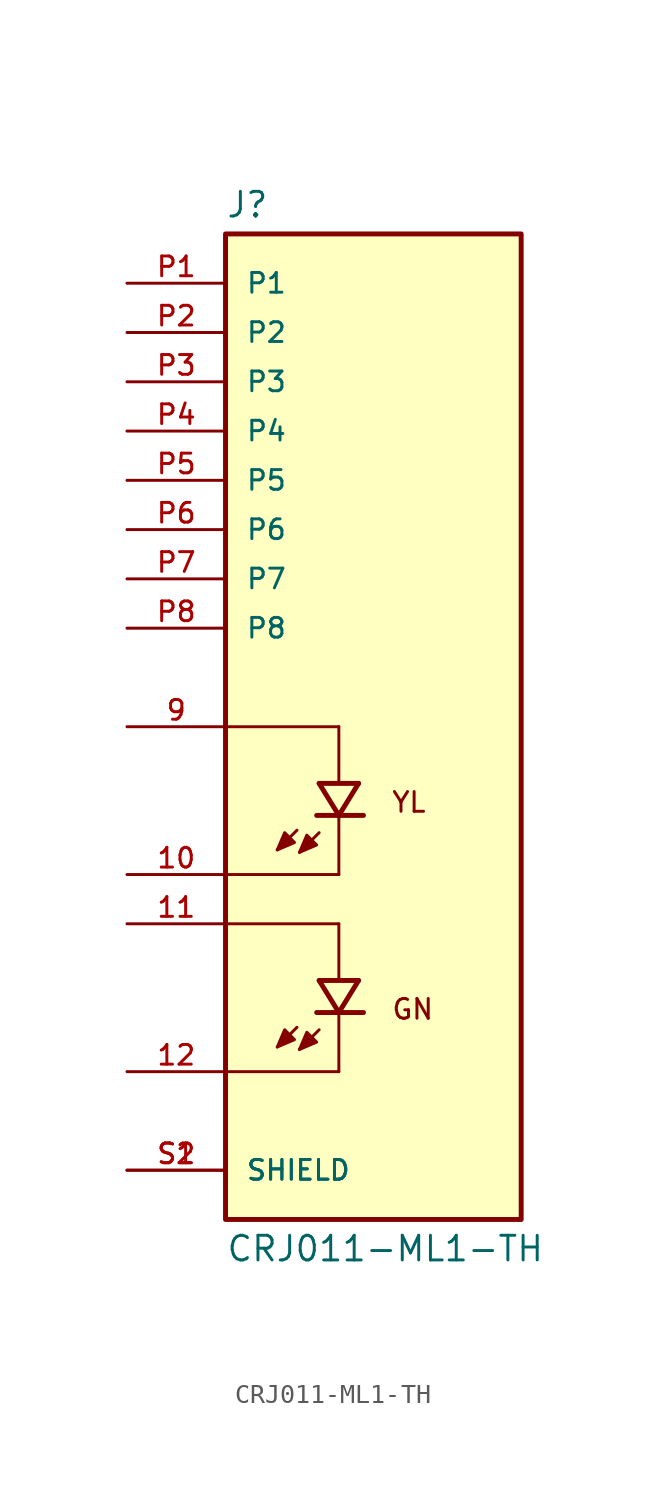
<source format=kicad_sym>
(kicad_symbol_lib
  (version 20211014)
  (generator kicad_symbol_editor)
  (symbol "CRJ011-ML1-TH"
    (pin_names
      (offset 1.016))
    (property "Reference" "J"
      (at -7.62 26.162 0)
      (effects (font (size 1.27 1.27)) (justify bottom left)))
    (property "Value" "CRJ011-ML1-TH"
      (at -7.62 -26.162 0)
      (effects (font (size 1.27 1.27)) (justify top left)))
    (symbol "CRJ011-ML1-TH_0_0"
      (text "YL" (at 0.889 -3.302 0) (effects (font (size 1.016 1.016)) (justify top left)))
      (text "GN" (at 0.889 -13.97 0) (effects (font (size 1.016 1.016)) (justify top left)))
      (polyline (pts (xy -2.794 -2.921) (xy -1.778 -4.572)) (stroke (width 0.254)))
      (polyline (pts (xy -1.778 -4.572) (xy -0.762 -2.921)) (stroke (width 0.254)))
      (polyline (pts (xy -2.921 -4.572) (xy -1.778 -4.572)) (stroke (width 0.254)))
      (polyline (pts (xy -1.778 -4.572) (xy -0.508 -4.572)) (stroke (width 0.254)))
      (polyline (pts (xy -2.794 -2.921) (xy -0.762 -2.921)) (stroke (width 0.254)))
      (polyline (pts (xy -1.778 0.0) (xy -1.778 -2.794)) (stroke (width 0.152)))
      (polyline (pts (xy -1.778 -4.699) (xy -1.778 -7.62)) (stroke (width 0.152)))
      (polyline (pts (xy -2.794 -5.461) (xy -3.81 -6.477)) (stroke (width 0.152)))
      (polyline (pts (xy -3.937 -5.334) (xy -4.953 -6.35)) (stroke (width 0.152)))
      (polyline (pts (xy -3.81 -6.477) (xy -2.921 -6.096) (xy -3.429 -5.588) (xy -3.81 -6.477)) (stroke (width 0.152)) (fill (type outline)))
      (polyline (pts (xy -4.953 -6.35) (xy -4.064 -5.969) (xy -4.572 -5.461) (xy -4.953 -6.35)) (stroke (width 0.152)) (fill (type outline)))
      (polyline (pts (xy -2.794 -13.081) (xy -1.778 -14.732)) (stroke (width 0.254)))
      (polyline (pts (xy -1.778 -14.732) (xy -0.762 -13.081)) (stroke (width 0.254)))
      (polyline (pts (xy -2.921 -14.732) (xy -1.778 -14.732)) (stroke (width 0.254)))
      (polyline (pts (xy -1.778 -14.732) (xy -0.508 -14.732)) (stroke (width 0.254)))
      (polyline (pts (xy -2.794 -13.081) (xy -0.762 -13.081)) (stroke (width 0.254)))
      (polyline (pts (xy -1.778 -10.16) (xy -1.778 -12.954)) (stroke (width 0.152)))
      (polyline (pts (xy -1.778 -14.859) (xy -1.778 -17.78)) (stroke (width 0.152)))
      (polyline (pts (xy -2.794 -15.621) (xy -3.81 -16.637)) (stroke (width 0.152)))
      (polyline (pts (xy -3.937 -15.494) (xy -4.953 -16.51)) (stroke (width 0.152)))
      (polyline (pts (xy -3.81 -16.637) (xy -2.921 -16.256) (xy -3.429 -15.748) (xy -3.81 -16.637)) (stroke (width 0.152)) (fill (type outline)))
      (polyline (pts (xy -4.953 -16.51) (xy -4.064 -16.129) (xy -4.572 -15.621) (xy -4.953 -16.51)) (stroke (width 0.152)) (fill (type outline)))
      (polyline (pts (xy -1.778 0.0) (xy -7.62 0.0)) (stroke (width 0.152)))
      (polyline (pts (xy -1.778 -7.62) (xy -7.62 -7.62)) (stroke (width 0.152)))
      (polyline (pts (xy -1.778 -10.16) (xy -7.62 -10.16)) (stroke (width 0.152)))
      (polyline (pts (xy -1.778 -17.78) (xy -7.62 -17.78)) (stroke (width 0.152)))
      (rectangle (start -7.62 -25.4) (end 7.62 25.4) (stroke (width 0.254)) (fill (type background)))
      (pin passive line (at -12.7 22.86 0) (length 5.08) (name "P1" (effects (font (size 1.016 1.016)))) (number "P1" (effects (font (size 1.016 1.016)))))
      (pin passive line (at -12.7 -7.62 0) (length 5.08) (name "~" (effects (font (size 1.016 1.016)))) (number "10" (effects (font (size 1.016 1.016)))))
      (pin passive line (at -12.7 0.0 0) (length 5.08) (name "~" (effects (font (size 1.016 1.016)))) (number "9" (effects (font (size 1.016 1.016)))))
      (pin passive line (at -12.7 -17.78 0) (length 5.08) (name "~" (effects (font (size 1.016 1.016)))) (number "12" (effects (font (size 1.016 1.016)))))
      (pin passive line (at -12.7 -10.16 0) (length 5.08) (name "~" (effects (font (size 1.016 1.016)))) (number "11" (effects (font (size 1.016 1.016)))))
      (pin passive line (at -12.7 -22.86 0) (length 5.08) (name "SHIELD" (effects (font (size 1.016 1.016)))) (number "S1" (effects (font (size 1.016 1.016)))))
      (pin passive line (at -12.7 -22.86 0) (length 5.08) (name "SHIELD" (effects (font (size 1.016 1.016)))) (number "S2" (effects (font (size 1.016 1.016)))))
      (pin passive line (at -12.7 20.32 0) (length 5.08) (name "P2" (effects (font (size 1.016 1.016)))) (number "P2" (effects (font (size 1.016 1.016)))))
      (pin passive line (at -12.7 17.78 0) (length 5.08) (name "P3" (effects (font (size 1.016 1.016)))) (number "P3" (effects (font (size 1.016 1.016)))))
      (pin passive line (at -12.7 15.24 0) (length 5.08) (name "P4" (effects (font (size 1.016 1.016)))) (number "P4" (effects (font (size 1.016 1.016)))))
      (pin passive line (at -12.7 12.7 0) (length 5.08) (name "P5" (effects (font (size 1.016 1.016)))) (number "P5" (effects (font (size 1.016 1.016)))))
      (pin passive line (at -12.7 10.16 0) (length 5.08) (name "P6" (effects (font (size 1.016 1.016)))) (number "P6" (effects (font (size 1.016 1.016)))))
      (pin passive line (at -12.7 7.62 0) (length 5.08) (name "P7" (effects (font (size 1.016 1.016)))) (number "P7" (effects (font (size 1.016 1.016)))))
      (pin passive line (at -12.7 5.08 0) (length 5.08) (name "P8" (effects (font (size 1.016 1.016)))) (number "P8" (effects (font (size 1.016 1.016))))))))
</source>
